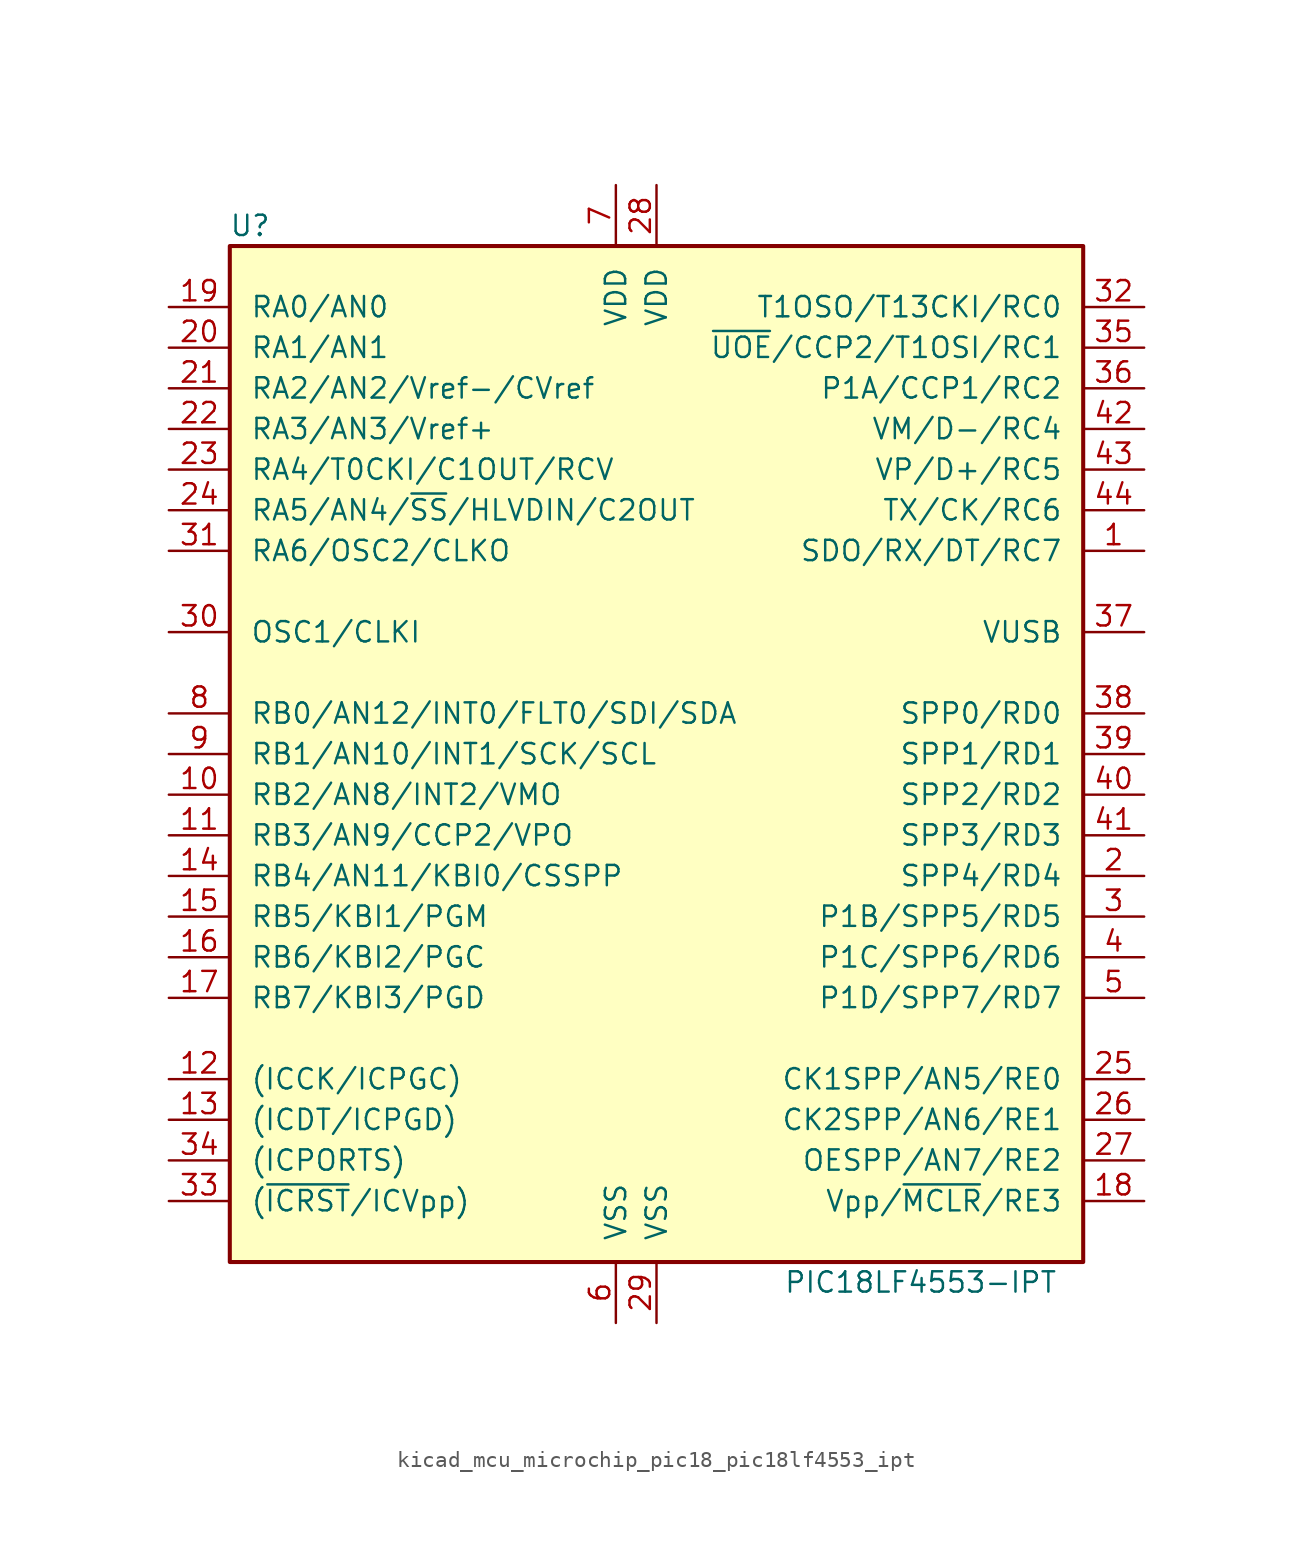
<source format=kicad_sym>
(kicad_symbol_lib
  (version 20220914)
  (generator kicad_symbol_editor)
  (symbol "kicad_mcu_microchip_pic18_pic18lf4553_ipt"
    (pin_names
      (offset 1.27))
    (property "Reference" "U"
      (at -25.4 33.02 0)
      (effects (font (size 1.27 1.27))))
    (property "Value" "PIC18LF4553-IPT"
      (at 16.51 -33.02 0)
      (effects (font (size 1.27 1.27))))
    (symbol "kicad_mcu_microchip_pic18_pic18lf4553_ipt_0_1"
      (rectangle (start -26.67 31.75) (end 26.67 -31.75) (stroke (width 0.254) (type default)) (fill (type background))))
    (symbol "kicad_mcu_microchip_pic18_pic18lf4553_ipt_1_1"
      (pin bidirectional line (at 30.48 12.7 180) (length 3.81) (name "SDO/RX/DT/RC7" (effects (font (size 1.27 1.27)))) (number "1" (effects (font (size 1.27 1.27)))))
      (pin bidirectional line (at -30.48 -2.54 0) (length 3.81) (name "RB2/AN8/INT2/VMO" (effects (font (size 1.27 1.27)))) (number "10" (effects (font (size 1.27 1.27)))))
      (pin bidirectional line (at -30.48 -5.08 0) (length 3.81) (name "RB3/AN9/CCP2/VPO" (effects (font (size 1.27 1.27)))) (number "11" (effects (font (size 1.27 1.27)))))
      (pin bidirectional line (at -30.48 -20.32 0) (length 3.81) (name "(ICCK/ICPGC)" (effects (font (size 1.27 1.27)))) (number "12" (effects (font (size 1.27 1.27)))))
      (pin bidirectional line (at -30.48 -22.86 0) (length 3.81) (name "(ICDT/ICPGD)" (effects (font (size 1.27 1.27)))) (number "13" (effects (font (size 1.27 1.27)))))
      (pin bidirectional line (at -30.48 -7.62 0) (length 3.81) (name "RB4/AN11/KBI0/CSSPP" (effects (font (size 1.27 1.27)))) (number "14" (effects (font (size 1.27 1.27)))))
      (pin bidirectional line (at -30.48 -10.16 0) (length 3.81) (name "RB5/KBI1/PGM" (effects (font (size 1.27 1.27)))) (number "15" (effects (font (size 1.27 1.27)))))
      (pin bidirectional line (at -30.48 -12.7 0) (length 3.81) (name "RB6/KBI2/PGC" (effects (font (size 1.27 1.27)))) (number "16" (effects (font (size 1.27 1.27)))))
      (pin bidirectional line (at -30.48 -15.24 0) (length 3.81) (name "RB7/KBI3/PGD" (effects (font (size 1.27 1.27)))) (number "17" (effects (font (size 1.27 1.27)))))
      (pin input line (at 30.48 -27.94 180) (length 3.81) (name "Vpp/~{MCLR}/RE3" (effects (font (size 1.27 1.27)))) (number "18" (effects (font (size 1.27 1.27)))))
      (pin bidirectional line (at -30.48 27.94 0) (length 3.81) (name "RA0/AN0" (effects (font (size 1.27 1.27)))) (number "19" (effects (font (size 1.27 1.27)))))
      (pin bidirectional line (at 30.48 -7.62 180) (length 3.81) (name "SPP4/RD4" (effects (font (size 1.27 1.27)))) (number "2" (effects (font (size 1.27 1.27)))))
      (pin bidirectional line (at -30.48 25.4 0) (length 3.81) (name "RA1/AN1" (effects (font (size 1.27 1.27)))) (number "20" (effects (font (size 1.27 1.27)))))
      (pin bidirectional line (at -30.48 22.86 0) (length 3.81) (name "RA2/AN2/Vref-/CVref" (effects (font (size 1.27 1.27)))) (number "21" (effects (font (size 1.27 1.27)))))
      (pin bidirectional line (at -30.48 20.32 0) (length 3.81) (name "RA3/AN3/Vref+" (effects (font (size 1.27 1.27)))) (number "22" (effects (font (size 1.27 1.27)))))
      (pin bidirectional line (at -30.48 17.78 0) (length 3.81) (name "RA4/T0CKI/C1OUT/RCV" (effects (font (size 1.27 1.27)))) (number "23" (effects (font (size 1.27 1.27)))))
      (pin bidirectional line (at -30.48 15.24 0) (length 3.81) (name "RA5/AN4/~{SS}/HLVDIN/C2OUT" (effects (font (size 1.27 1.27)))) (number "24" (effects (font (size 1.27 1.27)))))
      (pin bidirectional line (at 30.48 -20.32 180) (length 3.81) (name "CK1SPP/AN5/RE0" (effects (font (size 1.27 1.27)))) (number "25" (effects (font (size 1.27 1.27)))))
      (pin bidirectional line (at 30.48 -22.86 180) (length 3.81) (name "CK2SPP/AN6/RE1" (effects (font (size 1.27 1.27)))) (number "26" (effects (font (size 1.27 1.27)))))
      (pin bidirectional line (at 30.48 -25.4 180) (length 3.81) (name "OESPP/AN7/RE2" (effects (font (size 1.27 1.27)))) (number "27" (effects (font (size 1.27 1.27)))))
      (pin power_in line (at 0 35.56 270) (length 3.81) (name "VDD" (effects (font (size 1.27 1.27)))) (number "28" (effects (font (size 1.27 1.27)))))
      (pin power_in line (at 0 -35.56 90) (length 3.81) (name "VSS" (effects (font (size 1.27 1.27)))) (number "29" (effects (font (size 1.27 1.27)))))
      (pin bidirectional line (at 30.48 -10.16 180) (length 3.81) (name "P1B/SPP5/RD5" (effects (font (size 1.27 1.27)))) (number "3" (effects (font (size 1.27 1.27)))))
      (pin input line (at -30.48 7.62 0) (length 3.81) (name "OSC1/CLKI" (effects (font (size 1.27 1.27)))) (number "30" (effects (font (size 1.27 1.27)))))
      (pin bidirectional line (at -30.48 12.7 0) (length 3.81) (name "RA6/OSC2/CLKO" (effects (font (size 1.27 1.27)))) (number "31" (effects (font (size 1.27 1.27)))))
      (pin bidirectional line (at 30.48 27.94 180) (length 3.81) (name "T1OSO/T13CKI/RC0" (effects (font (size 1.27 1.27)))) (number "32" (effects (font (size 1.27 1.27)))))
      (pin input line (at -30.48 -27.94 0) (length 3.81) (name "(~{ICRST}/ICVpp)" (effects (font (size 1.27 1.27)))) (number "33" (effects (font (size 1.27 1.27)))))
      (pin input line (at -30.48 -25.4 0) (length 3.81) (name "(ICPORTS)" (effects (font (size 1.27 1.27)))) (number "34" (effects (font (size 1.27 1.27)))))
      (pin bidirectional line (at 30.48 25.4 180) (length 3.81) (name "~{UOE}/CCP2/T1OSI/RC1" (effects (font (size 1.27 1.27)))) (number "35" (effects (font (size 1.27 1.27)))))
      (pin bidirectional line (at 30.48 22.86 180) (length 3.81) (name "P1A/CCP1/RC2" (effects (font (size 1.27 1.27)))) (number "36" (effects (font (size 1.27 1.27)))))
      (pin bidirectional line (at 30.48 7.62 180) (length 3.81) (name "VUSB" (effects (font (size 1.27 1.27)))) (number "37" (effects (font (size 1.27 1.27)))))
      (pin bidirectional line (at 30.48 2.54 180) (length 3.81) (name "SPP0/RD0" (effects (font (size 1.27 1.27)))) (number "38" (effects (font (size 1.27 1.27)))))
      (pin bidirectional line (at 30.48 0 180) (length 3.81) (name "SPP1/RD1" (effects (font (size 1.27 1.27)))) (number "39" (effects (font (size 1.27 1.27)))))
      (pin bidirectional line (at 30.48 -12.7 180) (length 3.81) (name "P1C/SPP6/RD6" (effects (font (size 1.27 1.27)))) (number "4" (effects (font (size 1.27 1.27)))))
      (pin bidirectional line (at 30.48 -2.54 180) (length 3.81) (name "SPP2/RD2" (effects (font (size 1.27 1.27)))) (number "40" (effects (font (size 1.27 1.27)))))
      (pin bidirectional line (at 30.48 -5.08 180) (length 3.81) (name "SPP3/RD3" (effects (font (size 1.27 1.27)))) (number "41" (effects (font (size 1.27 1.27)))))
      (pin bidirectional line (at 30.48 20.32 180) (length 3.81) (name "VM/D-/RC4" (effects (font (size 1.27 1.27)))) (number "42" (effects (font (size 1.27 1.27)))))
      (pin bidirectional line (at 30.48 17.78 180) (length 3.81) (name "VP/D+/RC5" (effects (font (size 1.27 1.27)))) (number "43" (effects (font (size 1.27 1.27)))))
      (pin bidirectional line (at 30.48 15.24 180) (length 3.81) (name "TX/CK/RC6" (effects (font (size 1.27 1.27)))) (number "44" (effects (font (size 1.27 1.27)))))
      (pin bidirectional line (at 30.48 -15.24 180) (length 3.81) (name "P1D/SPP7/RD7" (effects (font (size 1.27 1.27)))) (number "5" (effects (font (size 1.27 1.27)))))
      (pin power_in line (at -2.54 -35.56 90) (length 3.81) (name "VSS" (effects (font (size 1.27 1.27)))) (number "6" (effects (font (size 1.27 1.27)))))
      (pin power_in line (at -2.54 35.56 270) (length 3.81) (name "VDD" (effects (font (size 1.27 1.27)))) (number "7" (effects (font (size 1.27 1.27)))))
      (pin bidirectional line (at -30.48 2.54 0) (length 3.81) (name "RB0/AN12/INT0/FLT0/SDI/SDA" (effects (font (size 1.27 1.27)))) (number "8" (effects (font (size 1.27 1.27)))))
      (pin bidirectional line (at -30.48 0 0) (length 3.81) (name "RB1/AN10/INT1/SCK/SCL" (effects (font (size 1.27 1.27)))) (number "9" (effects (font (size 1.27 1.27))))))))
</source>
